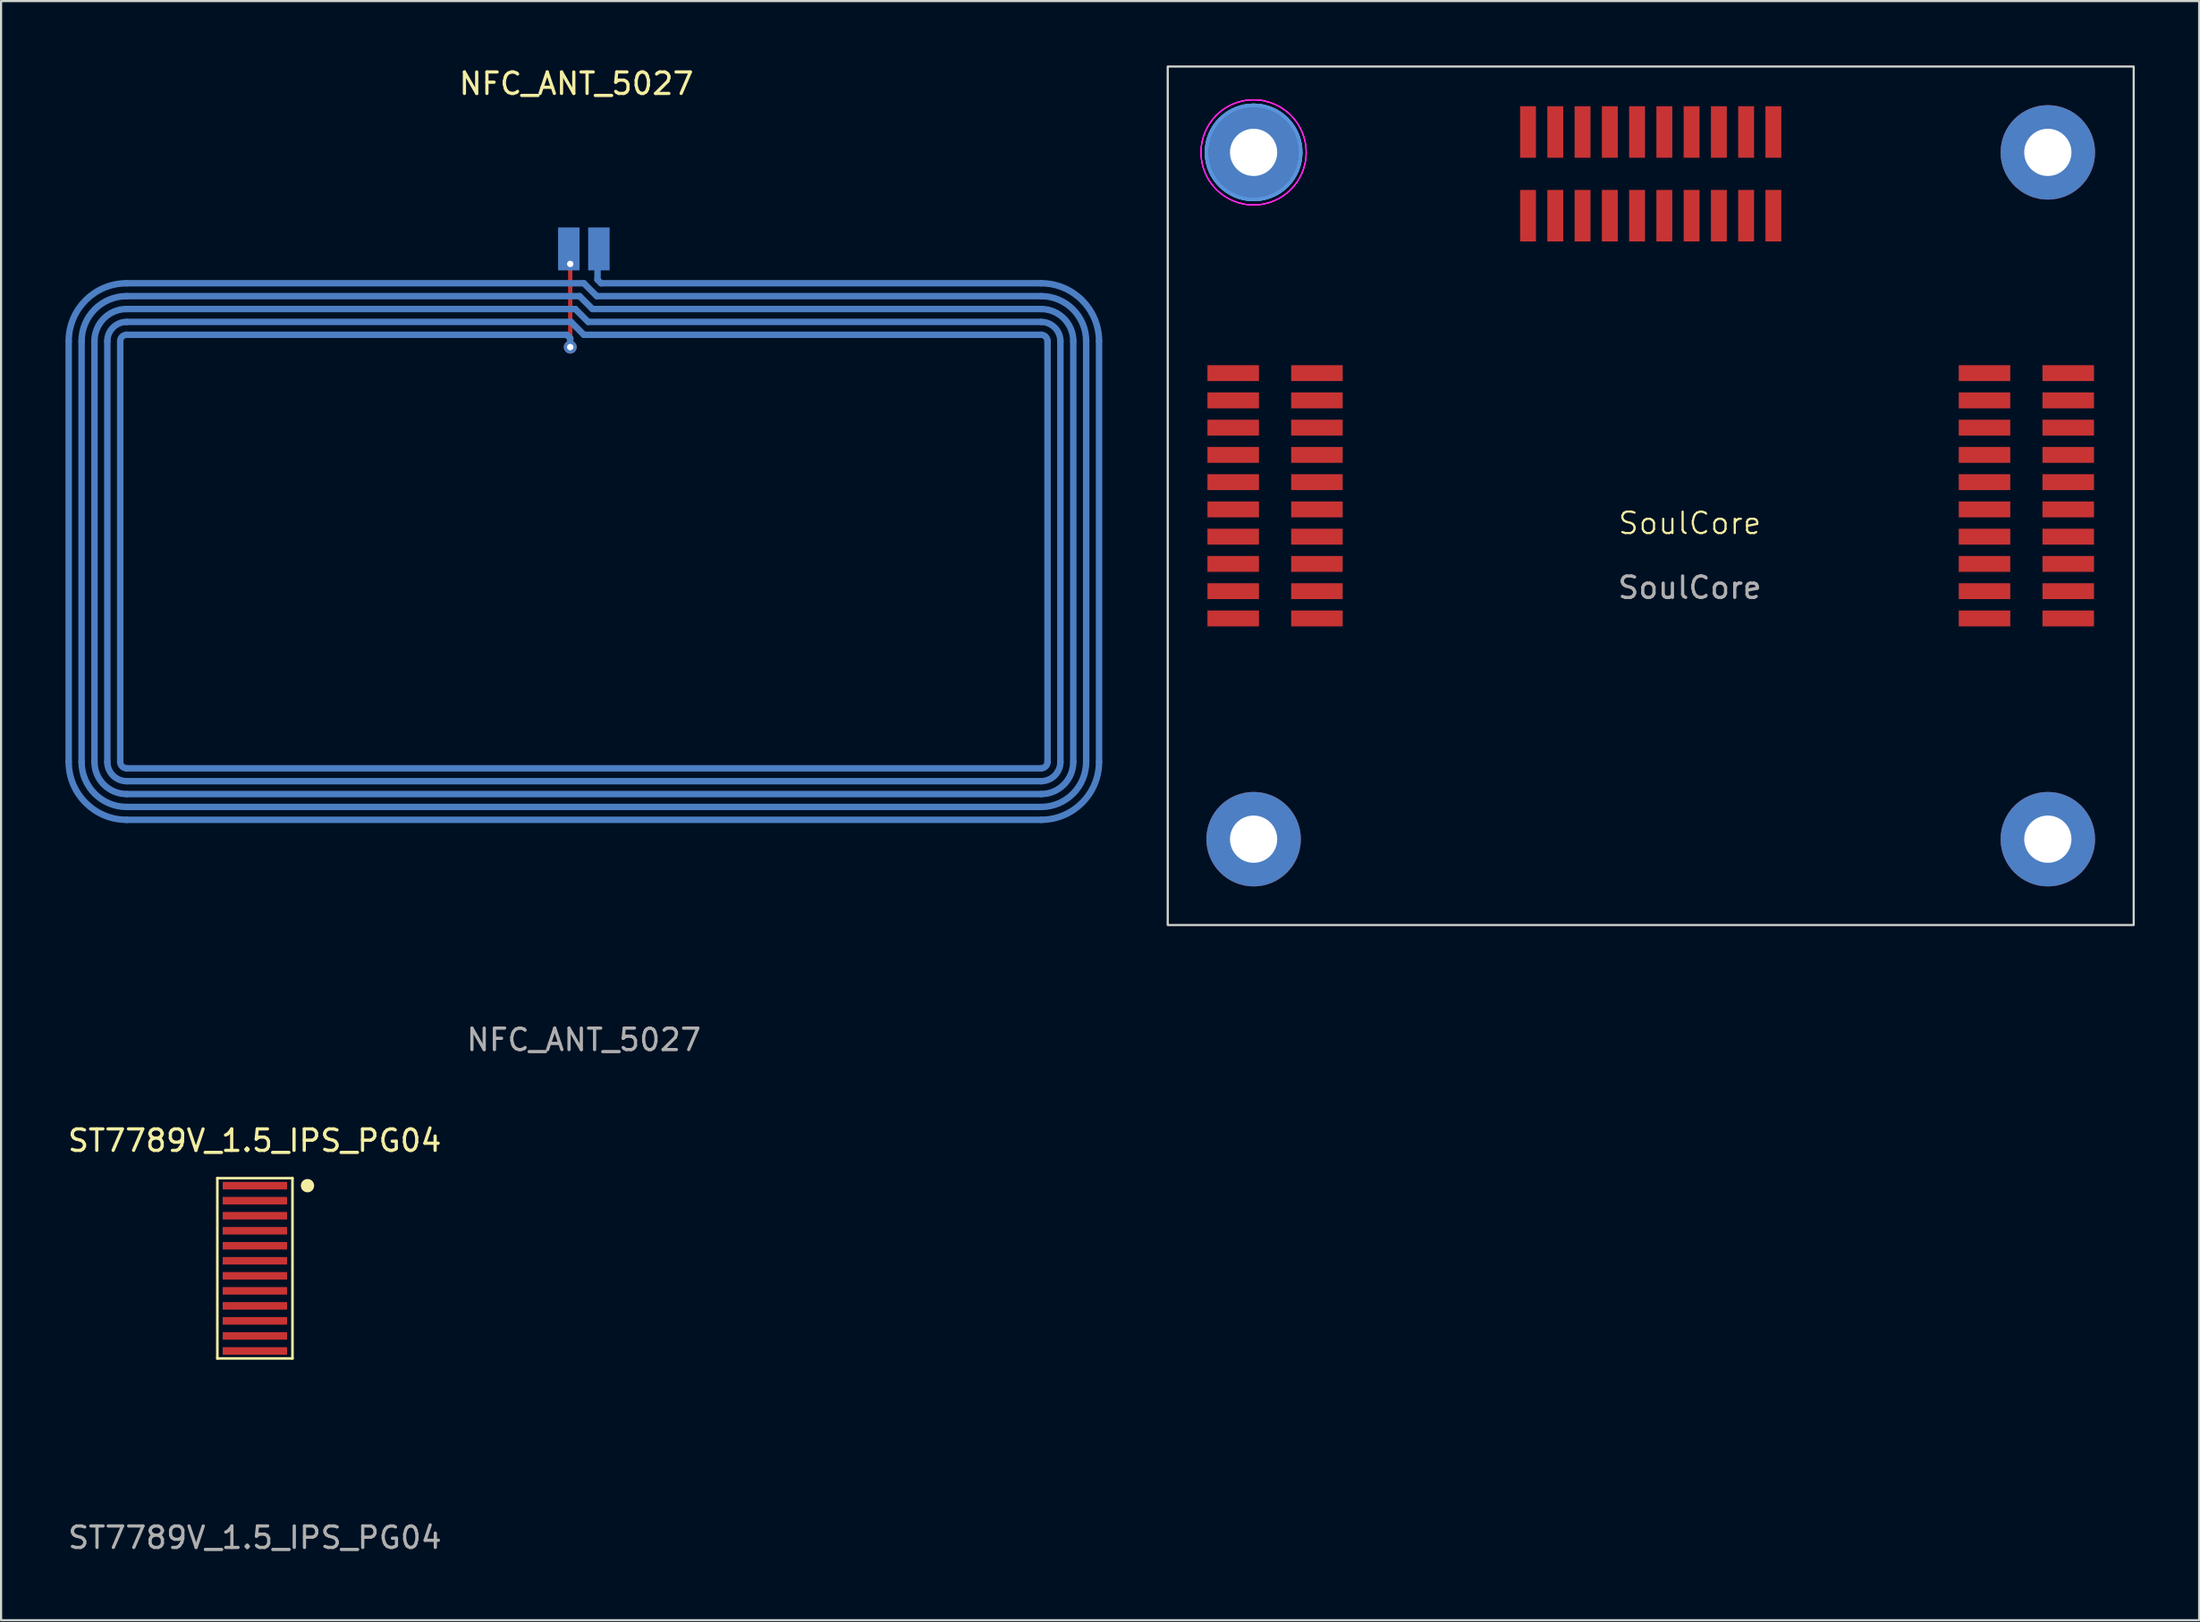
<source format=kicad_pcb>
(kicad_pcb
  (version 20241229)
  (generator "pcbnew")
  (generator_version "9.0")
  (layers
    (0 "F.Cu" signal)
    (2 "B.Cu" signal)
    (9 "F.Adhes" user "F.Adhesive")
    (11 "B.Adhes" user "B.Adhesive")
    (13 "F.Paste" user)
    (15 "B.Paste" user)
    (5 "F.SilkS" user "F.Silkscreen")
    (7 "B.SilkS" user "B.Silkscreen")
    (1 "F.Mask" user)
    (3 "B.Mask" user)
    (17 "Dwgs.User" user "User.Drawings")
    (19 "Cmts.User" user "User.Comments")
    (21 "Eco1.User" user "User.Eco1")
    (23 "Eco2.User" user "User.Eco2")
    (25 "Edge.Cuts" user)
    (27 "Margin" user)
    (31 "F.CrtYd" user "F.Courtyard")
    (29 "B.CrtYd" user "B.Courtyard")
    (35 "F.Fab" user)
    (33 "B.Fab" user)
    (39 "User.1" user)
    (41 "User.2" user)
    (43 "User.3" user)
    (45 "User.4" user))
  (footprint "NFC_ANT_5027"
    (layer "F.Cu")
    (at 24.15 22.898)
    (property "Reference" "NFC_ANT_5027" (at -0.35 -22.05 0) (unlocked yes) (layer "F.SilkS") (effects (font (size 1 1) (thickness 0.15))))
    (attr smd)
    (fp_line (start -0.635 -9.775) (end -0.635 -13.65) (stroke (width 0.2) (type solid)) (layer "F.Cu"))
    (fp_line (start -24 -10.05) (end -24 9.55) (stroke (width 0.3) (type solid)) (layer "B.Cu"))
    (fp_line (start -23.4 -10.05) (end -23.4 9.55) (stroke (width 0.3) (type solid)) (layer "B.Cu"))
    (fp_line (start -22.8 -10.05) (end -22.8 9.55) (stroke (width 0.3) (type solid)) (layer "B.Cu"))
    (fp_line (start -22.2 -10.05) (end -22.2 9.55) (stroke (width 0.3) (type solid)) (layer "B.Cu"))
    (fp_line (start -21.6 -10.05) (end -21.6 9.55) (stroke (width 0.3) (type solid)) (layer "B.Cu"))
    (fp_line (start -21.3 -10.95) (end -0.6 -10.95) (stroke (width 0.3) (type solid)) (layer "B.Cu"))
    (fp_line (start -21.3 -10.35) (end -0.8 -10.35) (stroke (width 0.3) (type solid)) (layer "B.Cu"))
    (fp_line (start -0.635 -10.185) (end -0.8 -10.35) (stroke (width 0.3) (type solid)) (layer "B.Cu"))
    (fp_line (start -0.635 -9.775) (end -0.635 -10.185) (stroke (width 0.3) (type solid)) (layer "B.Cu"))
    (fp_line (start -0.4 -11.55) (end -21.3 -11.55) (stroke (width 0.3) (type solid)) (layer "B.Cu"))
    (fp_line (start -0.2 -12.15) (end -21.3 -12.15) (stroke (width 0.3) (type solid)) (layer "B.Cu"))
    (fp_line (start 0 -12.75) (end -21.3 -12.75) (stroke (width 0.3) (type solid)) (layer "B.Cu"))
    (fp_line (start 0 -10.35) (end -0.6 -10.95) (stroke (width 0.3) (type solid)) (layer "B.Cu"))
    (fp_line (start 0.2 -10.95) (end -0.4 -11.55) (stroke (width 0.3) (type solid)) (layer "B.Cu"))
    (fp_line (start 0.4 -11.55) (end -0.2 -12.15) (stroke (width 0.3) (type solid)) (layer "B.Cu"))
    (fp_line (start 0.6 -12.15) (end 0 -12.75) (stroke (width 0.3) (type solid)) (layer "B.Cu"))
    (fp_line (start 0.635 -13.585) (end 0.635 -12.915) (stroke (width 0.3) (type solid)) (layer "B.Cu"))
    (fp_line (start 0.635 -12.915) (end 0.8 -12.75) (stroke (width 0.3) (type solid)) (layer "B.Cu"))
    (fp_line (start 0.8 -12.75) (end 21.3 -12.75) (stroke (width 0.3) (type solid)) (layer "B.Cu"))
    (fp_line (start 21.3 -12.15) (end 0.6 -12.15) (stroke (width 0.3) (type solid)) (layer "B.Cu"))
    (fp_line (start 21.3 -11.55) (end 0.4 -11.55) (stroke (width 0.3) (type solid)) (layer "B.Cu"))
    (fp_line (start 21.3 -10.95) (end 0.2 -10.95) (stroke (width 0.3) (type solid)) (layer "B.Cu"))
    (fp_line (start 21.3 -10.35) (end 0 -10.35) (stroke (width 0.3) (type solid)) (layer "B.Cu"))
    (fp_line (start 21.3 9.85) (end -21.3 9.85) (stroke (width 0.3) (type solid)) (layer "B.Cu"))
    (fp_line (start 21.3 10.45) (end -21.3 10.45) (stroke (width 0.3) (type solid)) (layer "B.Cu"))
    (fp_line (start 21.3 11.05) (end -21.3 11.05) (stroke (width 0.3) (type solid)) (layer "B.Cu"))
    (fp_line (start 21.3 11.65) (end -21.3 11.65) (stroke (width 0.3) (type solid)) (layer "B.Cu"))
    (fp_line (start 21.3 12.25) (end -21.3 12.25) (stroke (width 0.3) (type solid)) (layer "B.Cu"))
    (fp_line (start 21.6 -10.05) (end 21.6 9.55) (stroke (width 0.3) (type solid)) (layer "B.Cu"))
    (fp_line (start 22.2 -10.05) (end 22.2 9.55) (stroke (width 0.3) (type solid)) (layer "B.Cu"))
    (fp_line (start 22.8 -10.05) (end 22.8 9.55) (stroke (width 0.3) (type solid)) (layer "B.Cu"))
    (fp_line (start 23.4 -10.05) (end 23.4 9.55) (stroke (width 0.3) (type solid)) (layer "B.Cu"))
    (fp_line (start 24 -10.05) (end 24 9.55) (stroke (width 0.3) (type solid)) (layer "B.Cu"))
    (fp_arc (start -24 -10.05) (mid -23.209188 -11.959188) (end -21.3 -12.75) (stroke (width 0.3) (type solid)) (layer "B.Cu"))
    (fp_arc (start -23.4 -10.05) (mid -22.784924 -11.534924) (end -21.3 -12.15) (stroke (width 0.3) (type solid)) (layer "B.Cu"))
    (fp_arc (start -22.8 -10.05) (mid -22.36066 -11.11066) (end -21.3 -11.55) (stroke (width 0.3) (type solid)) (layer "B.Cu"))
    (fp_arc (start -22.2 -10.05) (mid -21.936396 -10.686396) (end -21.3 -10.95) (stroke (width 0.3) (type solid)) (layer "B.Cu"))
    (fp_arc (start -21.6 -10.05) (mid -21.512132 -10.262132) (end -21.3 -10.35) (stroke (width 0.3) (type solid)) (layer "B.Cu"))
    (fp_arc (start -21.3 9.85) (mid -21.512132 9.762132) (end -21.6 9.55) (stroke (width 0.3) (type solid)) (layer "B.Cu"))
    (fp_arc (start -21.3 10.45) (mid -21.936396 10.186396) (end -22.2 9.55) (stroke (width 0.3) (type solid)) (layer "B.Cu"))
    (fp_arc (start -21.3 11.05) (mid -22.36066 10.61066) (end -22.8 9.55) (stroke (width 0.3) (type solid)) (layer "B.Cu"))
    (fp_arc (start -21.3 11.65) (mid -22.784924 11.034924) (end -23.4 9.55) (stroke (width 0.3) (type solid)) (layer "B.Cu"))
    (fp_arc (start -21.3 12.25) (mid -23.209188 11.459188) (end -24 9.55) (stroke (width 0.3) (type solid)) (layer "B.Cu"))
    (fp_arc (start 21.3 -12.75) (mid 23.209188 -11.959188) (end 24 -10.05) (stroke (width 0.3) (type solid)) (layer "B.Cu"))
    (fp_arc (start 21.3 -12.15) (mid 22.784924 -11.534924) (end 23.4 -10.05) (stroke (width 0.3) (type solid)) (layer "B.Cu"))
    (fp_arc (start 21.3 -11.55) (mid 22.36066 -11.11066) (end 22.8 -10.05) (stroke (width 0.3) (type solid)) (layer "B.Cu"))
    (fp_arc (start 21.3 -10.95) (mid 21.936396 -10.686396) (end 22.2 -10.05) (stroke (width 0.3) (type solid)) (layer "B.Cu"))
    (fp_arc (start 21.3 -10.35) (mid 21.512132 -10.262132) (end 21.6 -10.05) (stroke (width 0.3) (type solid)) (layer "B.Cu"))
    (fp_arc (start 21.6 9.55) (mid 21.512132 9.762132) (end 21.3 9.85) (stroke (width 0.3) (type solid)) (layer "B.Cu"))
    (fp_arc (start 22.2 9.55) (mid 21.936396 10.186396) (end 21.3 10.45) (stroke (width 0.3) (type solid)) (layer "B.Cu"))
    (fp_arc (start 22.8 9.55) (mid 22.36066 10.61066) (end 21.3 11.05) (stroke (width 0.3) (type solid)) (layer "B.Cu"))
    (fp_arc (start 23.4 9.55) (mid 22.784924 11.034924) (end 21.3 11.65) (stroke (width 0.3) (type solid)) (layer "B.Cu"))
    (fp_arc (start 24 9.55) (mid 23.209188 11.459188) (end 21.3 12.25) (stroke (width 0.3) (type solid)) (layer "B.Cu"))
    (fp_text user "${REFERENCE}" (at 0 22.5 0) (unlocked yes) (layer "F.Fab") (effects (font (size 1 1) (thickness 0.15))))
    (pad "1" smd rect (at -0.7 -14.35) (size 1 2) (layers "B.Cu" "B.Mask" "B.Paste"))
    (pad "1" thru_hole circle (at -0.635 -13.65) (size 0.6 0.6) (drill 0.3) (layers "*.Cu" "*.Mask"))
    (pad "1" thru_hole circle (at -0.635 -9.775) (size 0.6 0.6) (drill 0.3) (layers "*.Cu" "*.Mask"))
    (pad "2" smd rect (at 0.7 -14.35) (size 1 2) (layers "B.Cu" "B.Mask" "B.Paste")))
  (footprint "ST7789V_1.5_IPS_PG04"
    (layer "F.Cu")
    (at 8.825 56.045)
    (property "Reference" "ST7789V_1.5_IPS_PG04" (at -0.01 -5.95 0) (unlocked yes) (layer "F.SilkS") (effects (font (size 1 1) (thickness 0.15))))
    (attr smd)
    (fp_line (start -1.75 -4.2) (end 1.75 -4.2) (stroke (width 0.12) (type solid)) (layer "F.SilkS"))
    (fp_line (start -1.75 4.2) (end -1.75 -4.2) (stroke (width 0.12) (type solid)) (layer "F.SilkS"))
    (fp_line (start 1.75 -4.2) (end 1.75 4.2) (stroke (width 0.12) (type solid)) (layer "F.SilkS"))
    (fp_line (start 1.75 4.2) (end -1.75 4.2) (stroke (width 0.12) (type solid)) (layer "F.SilkS"))
    (fp_circle (center 2.45 -3.85) (end 2.7 -3.85) (stroke (width 0.12) (type solid)) (fill yes) (layer "F.SilkS"))
    (fp_text user "${REFERENCE}" (at 0 12.55 0) (unlocked yes) (layer "F.Fab") (effects (font (size 1 1) (thickness 0.15))))
    (pad "1" smd rect (at 0 -3.85) (size 3 0.35) (layers "F.Cu" "F.Mask" "F.Paste"))
    (pad "2" smd rect (at 0 -3.15) (size 3 0.35) (layers "F.Cu" "F.Mask" "F.Paste"))
    (pad "3" smd rect (at 0 -2.45) (size 3 0.35) (layers "F.Cu" "F.Mask" "F.Paste"))
    (pad "4" smd rect (at 0 -1.75) (size 3 0.35) (layers "F.Cu" "F.Mask" "F.Paste"))
    (pad "5" smd rect (at 0 -1.05) (size 3 0.35) (layers "F.Cu" "F.Mask" "F.Paste"))
    (pad "6" smd rect (at 0 -0.35) (size 3 0.35) (layers "F.Cu" "F.Mask" "F.Paste"))
    (pad "7" smd rect (at 0 0.35) (size 3 0.35) (layers "F.Cu" "F.Mask" "F.Paste"))
    (pad "8" smd rect (at 0 1.05) (size 3 0.35) (layers "F.Cu" "F.Mask" "F.Paste"))
    (pad "9" smd rect (at 0 1.75) (size 3 0.35) (layers "F.Cu" "F.Mask" "F.Paste"))
    (pad "10" smd rect (at 0 2.45) (size 3 0.35) (layers "F.Cu" "F.Mask" "F.Paste"))
    (pad "11" smd rect (at 0 3.15) (size 3 0.35) (layers "F.Cu" "F.Mask" "F.Paste"))
    (pad "12" smd rect (at 0 3.85) (size 3 0.35) (layers "F.Cu" "F.Mask" "F.Paste")))
  (footprint "SoulCore"
    (layer "F.Cu")
    (at 75.67 19.25)
    (property "Reference" "SoulCore" (at 0 2.08 0) (unlocked yes) (layer "F.SilkS") (effects (font (size 1 1) (thickness 0.1))))
    (attr smd)
    (fp_circle (center -20.32 -15.2) (end -18.12 -15.2) (stroke (width 0.15) (type solid)) (fill no) (layer "Cmts.User"))
    (fp_circle (center -20.32 -15.2) (end -18.12 -15.2) (stroke (width 0.15) (type solid)) (fill no) (layer "Cmts.User"))
    (fp_circle (center -20.32 -15.2) (end -18.12 -15.2) (stroke (width 0.15) (type solid)) (fill no) (layer "Cmts.User"))
    (fp_circle (center -20.32 -15.2) (end -18.12 -15.2) (stroke (width 0.15) (type solid)) (fill no) (layer "Cmts.User"))
    (fp_rect (start -24.32 -19.2) (end 20.68 20.8) (stroke (width 0.1) (type solid)) (fill no) (layer "Edge.Cuts"))
    (fp_circle (center -20.32 -15.2) (end -17.87 -15.2) (stroke (width 0.05) (type solid)) (fill no) (layer "F.CrtYd"))
    (fp_circle (center -20.32 -15.2) (end -17.87 -15.2) (stroke (width 0.05) (type solid)) (fill no) (layer "F.CrtYd"))
    (fp_circle (center -20.32 -15.2) (end -17.87 -15.2) (stroke (width 0.05) (type solid)) (fill no) (layer "F.CrtYd"))
    (fp_circle (center -20.32 -15.2) (end -17.87 -15.2) (stroke (width 0.05) (type solid)) (fill no) (layer "F.CrtYd"))
    (fp_text user "${REFERENCE}" (at 0 5.08 0) (unlocked yes) (layer "F.Fab") (effects (font (size 1 1) (thickness 0.15))))
    (pad "1" thru_hole circle (at -20.32 -15.2) (size 4.4 4.4) (drill 2.2) (layers "*.Cu" "*.Mask"))
    (pad "1" thru_hole circle (at -20.32 16.8) (size 4.4 4.4) (drill 2.2) (layers "*.Cu" "*.Mask"))
    (pad "1" thru_hole circle (at 16.68 -15.2) (size 4.4 4.4) (drill 2.2) (layers "*.Cu" "*.Mask"))
    (pad "1" thru_hole circle (at 16.68 16.8) (size 4.4 4.4) (drill 2.2) (layers "*.Cu" "*.Mask"))
    (pad "A1" smd rect (at -17.37 -4.915 180) (size 2.4 0.74) (layers "F.Cu" "F.Mask" "F.Paste"))
    (pad "A2" smd rect (at -21.27 -4.915 180) (size 2.4 0.74) (layers "F.Cu" "F.Mask" "F.Paste"))
    (pad "A3" smd rect (at -17.37 -3.645 180) (size 2.4 0.74) (layers "F.Cu" "F.Mask" "F.Paste"))
    (pad "A4" smd rect (at -21.27 -3.645 180) (size 2.4 0.74) (layers "F.Cu" "F.Mask" "F.Paste"))
    (pad "A5" smd rect (at -17.37 -2.375 180) (size 2.4 0.74) (layers "F.Cu" "F.Mask" "F.Paste"))
    (pad "A6" smd rect (at -21.27 -2.375 180) (size 2.4 0.74) (layers "F.Cu" "F.Mask" "F.Paste"))
    (pad "A7" smd rect (at -17.37 -1.105 180) (size 2.4 0.74) (layers "F.Cu" "F.Mask" "F.Paste"))
    (pad "A8" smd rect (at -21.27 -1.105 180) (size 2.4 0.74) (layers "F.Cu" "F.Mask" "F.Paste"))
    (pad "A9" smd rect (at -17.37 0.165 180) (size 2.4 0.74) (layers "F.Cu" "F.Mask" "F.Paste"))
    (pad "A10" smd rect (at -21.27 0.165 180) (size 2.4 0.74) (layers "F.Cu" "F.Mask" "F.Paste"))
    (pad "A11" smd rect (at -17.37 1.435 180) (size 2.4 0.74) (layers "F.Cu" "F.Mask" "F.Paste"))
    (pad "A12" smd rect (at -21.27 1.435 180) (size 2.4 0.74) (layers "F.Cu" "F.Mask" "F.Paste"))
    (pad "A13" smd rect (at -17.37 2.705 180) (size 2.4 0.74) (layers "F.Cu" "F.Mask" "F.Paste"))
    (pad "A14" smd rect (at -21.27 2.705 180) (size 2.4 0.74) (layers "F.Cu" "F.Mask" "F.Paste"))
    (pad "A15" smd rect (at -17.37 3.975 180) (size 2.4 0.74) (layers "F.Cu" "F.Mask" "F.Paste"))
    (pad "A16" smd rect (at -21.27 3.975 180) (size 2.4 0.74) (layers "F.Cu" "F.Mask" "F.Paste"))
    (pad "A17" smd rect (at -17.37 5.245 180) (size 2.4 0.74) (layers "F.Cu" "F.Mask" "F.Paste"))
    (pad "A18" smd rect (at -21.27 5.245 180) (size 2.4 0.74) (layers "F.Cu" "F.Mask" "F.Paste"))
    (pad "A19" smd rect (at -17.37 6.515 180) (size 2.4 0.74) (layers "F.Cu" "F.Mask" "F.Paste"))
    (pad "A20" smd rect (at -21.27 6.515 180) (size 2.4 0.74) (layers "F.Cu" "F.Mask" "F.Paste"))
    (pad "B1" smd rect (at 3.895 -12.25 270) (size 2.4 0.74) (layers "F.Cu" "F.Mask" "F.Paste"))
    (pad "B2" smd rect (at 3.895 -16.15 270) (size 2.4 0.74) (layers "F.Cu" "F.Mask" "F.Paste"))
    (pad "B3" smd rect (at 2.625 -12.25 270) (size 2.4 0.74) (layers "F.Cu" "F.Mask" "F.Paste"))
    (pad "B4" smd rect (at 2.625 -16.15 270) (size 2.4 0.74) (layers "F.Cu" "F.Mask" "F.Paste"))
    (pad "B5" smd rect (at 1.355 -12.25 270) (size 2.4 0.74) (layers "F.Cu" "F.Mask" "F.Paste"))
    (pad "B6" smd rect (at 1.355 -16.15 270) (size 2.4 0.74) (layers "F.Cu" "F.Mask" "F.Paste"))
    (pad "B7" smd rect (at 0.085 -12.25 270) (size 2.4 0.74) (layers "F.Cu" "F.Mask" "F.Paste"))
    (pad "B8" smd rect (at 0.085 -16.15 270) (size 2.4 0.74) (layers "F.Cu" "F.Mask" "F.Paste"))
    (pad "B9" smd rect (at -1.185 -12.25 270) (size 2.4 0.74) (layers "F.Cu" "F.Mask" "F.Paste"))
    (pad "B10" smd rect (at -1.185 -16.15 270) (size 2.4 0.74) (layers "F.Cu" "F.Mask" "F.Paste"))
    (pad "B11" smd rect (at -2.455 -12.25 270) (size 2.4 0.74) (layers "F.Cu" "F.Mask" "F.Paste"))
    (pad "B12" smd rect (at -2.455 -16.15 270) (size 2.4 0.74) (layers "F.Cu" "F.Mask" "F.Paste"))
    (pad "B13" smd rect (at -3.725 -12.25 270) (size 2.4 0.74) (layers "F.Cu" "F.Mask" "F.Paste"))
    (pad "B14" smd rect (at -3.725 -16.15 270) (size 2.4 0.74) (layers "F.Cu" "F.Mask" "F.Paste"))
    (pad "B15" smd rect (at -4.995 -12.25 270) (size 2.4 0.74) (layers "F.Cu" "F.Mask" "F.Paste"))
    (pad "B16" smd rect (at -4.995 -16.15 270) (size 2.4 0.74) (layers "F.Cu" "F.Mask" "F.Paste"))
    (pad "B17" smd rect (at -6.265 -12.25 270) (size 2.4 0.74) (layers "F.Cu" "F.Mask" "F.Paste"))
    (pad "B18" smd rect (at -6.265 -16.15 270) (size 2.4 0.74) (layers "F.Cu" "F.Mask" "F.Paste"))
    (pad "B19" smd rect (at -7.535 -12.25 270) (size 2.4 0.74) (layers "F.Cu" "F.Mask" "F.Paste"))
    (pad "B20" smd rect (at -7.535 -16.15 270) (size 2.4 0.74) (layers "F.Cu" "F.Mask" "F.Paste"))
    (pad "C1" smd rect (at 17.63 -4.915 180) (size 2.4 0.74) (layers "F.Cu" "F.Mask" "F.Paste"))
    (pad "C2" smd rect (at 13.73 -4.915 180) (size 2.4 0.74) (layers "F.Cu" "F.Mask" "F.Paste"))
    (pad "C3" smd rect (at 17.63 -3.645 180) (size 2.4 0.74) (layers "F.Cu" "F.Mask" "F.Paste"))
    (pad "C4" smd rect (at 13.73 -3.645 180) (size 2.4 0.74) (layers "F.Cu" "F.Mask" "F.Paste"))
    (pad "C5" smd rect (at 17.63 -2.375 180) (size 2.4 0.74) (layers "F.Cu" "F.Mask" "F.Paste"))
    (pad "C6" smd rect (at 13.73 -2.375 180) (size 2.4 0.74) (layers "F.Cu" "F.Mask" "F.Paste"))
    (pad "C7" smd rect (at 17.63 -1.105 180) (size 2.4 0.74) (layers "F.Cu" "F.Mask" "F.Paste"))
    (pad "C8" smd rect (at 13.73 -1.105 180) (size 2.4 0.74) (layers "F.Cu" "F.Mask" "F.Paste"))
    (pad "C9" smd rect (at 17.63 0.165 180) (size 2.4 0.74) (layers "F.Cu" "F.Mask" "F.Paste"))
    (pad "C10" smd rect (at 13.73 0.165 180) (size 2.4 0.74) (layers "F.Cu" "F.Mask" "F.Paste"))
    (pad "C11" smd rect (at 17.63 1.435 180) (size 2.4 0.74) (layers "F.Cu" "F.Mask" "F.Paste"))
    (pad "C12" smd rect (at 13.73 1.435 180) (size 2.4 0.74) (layers "F.Cu" "F.Mask" "F.Paste"))
    (pad "C13" smd rect (at 17.63 2.705 180) (size 2.4 0.74) (layers "F.Cu" "F.Mask" "F.Paste"))
    (pad "C14" smd rect (at 13.73 2.705 180) (size 2.4 0.74) (layers "F.Cu" "F.Mask" "F.Paste"))
    (pad "C15" smd rect (at 17.63 3.975 180) (size 2.4 0.74) (layers "F.Cu" "F.Mask" "F.Paste"))
    (pad "C16" smd rect (at 13.73 3.975 180) (size 2.4 0.74) (layers "F.Cu" "F.Mask" "F.Paste"))
    (pad "C17" smd rect (at 17.63 5.245 180) (size 2.4 0.74) (layers "F.Cu" "F.Mask" "F.Paste"))
    (pad "C18" smd rect (at 13.73 5.245 180) (size 2.4 0.74) (layers "F.Cu" "F.Mask" "F.Paste"))
    (pad "C19" smd rect (at 17.63 6.515 180) (size 2.4 0.74) (layers "F.Cu" "F.Mask" "F.Paste"))
    (pad "C20" smd rect (at 13.73 6.515 180) (size 2.4 0.74) (layers "F.Cu" "F.Mask" "F.Paste")))
  (gr_rect
    (start -3 -3)
    (end 99.4 72.443)
    (stroke (width 0.1) (type default))
    (fill no)
    (layer "Edge.Cuts")))
</source>
